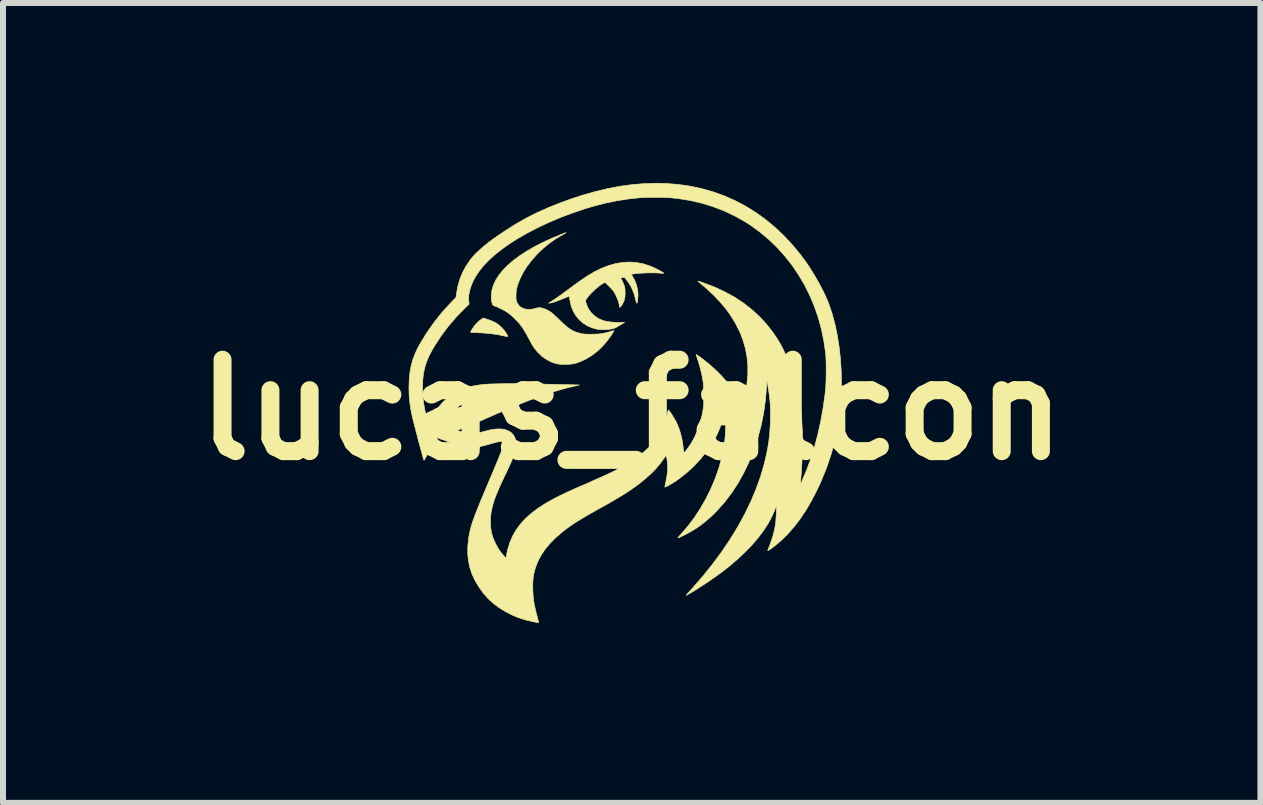
<source format=kicad_pcb>
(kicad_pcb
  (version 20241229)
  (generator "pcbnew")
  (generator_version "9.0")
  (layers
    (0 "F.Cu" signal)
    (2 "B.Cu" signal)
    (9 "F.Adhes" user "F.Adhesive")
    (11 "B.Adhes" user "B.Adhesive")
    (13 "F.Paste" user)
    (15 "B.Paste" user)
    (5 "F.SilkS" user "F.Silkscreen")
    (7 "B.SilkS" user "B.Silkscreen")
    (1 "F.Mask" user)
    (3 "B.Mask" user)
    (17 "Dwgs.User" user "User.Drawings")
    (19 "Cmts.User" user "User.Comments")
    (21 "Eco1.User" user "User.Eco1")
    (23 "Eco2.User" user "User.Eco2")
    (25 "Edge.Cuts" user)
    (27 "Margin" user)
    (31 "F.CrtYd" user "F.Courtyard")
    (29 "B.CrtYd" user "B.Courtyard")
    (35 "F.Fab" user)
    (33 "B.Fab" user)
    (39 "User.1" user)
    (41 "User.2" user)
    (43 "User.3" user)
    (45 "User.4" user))
  (footprint "lucas_falcon"
    (layer "F.Cu")
    (at 7.482 3.782)
    (property "Reference" "lucas_falcon" (at 0 0 0) (layer "F.SilkS") (effects (font (size 1.524 1.524) (thickness 0.3))))
    (attr through_hole)
    (fp_poly (pts (xy -2.402 -1.507) (xy -2.339 -1.484) (xy -2.286 -1.46) (xy -2.24 -1.433) (xy -2.199 -1.4) (xy -2.169 -1.373) (xy -2.145 -1.346) (xy -2.121 -1.317) (xy -2.1 -1.288) (xy -2.083 -1.261) (xy -2.072 -1.239) (xy -2.068 -1.225) (xy -2.069 -1.222) (xy -2.076 -1.221) (xy -2.093 -1.223) (xy -2.106 -1.226) (xy -2.227 -1.252) (xy -2.357 -1.271) (xy -2.492 -1.282) (xy -2.528 -1.283) (xy -2.573 -1.285) (xy -2.613 -1.287) (xy -2.646 -1.289) (xy -2.671 -1.291) (xy -2.684 -1.292) (xy -2.685 -1.293) (xy -2.684 -1.301) (xy -2.676 -1.318) (xy -2.662 -1.342) (xy -2.644 -1.369) (xy -2.624 -1.398) (xy -2.613 -1.411) (xy -2.577 -1.452) (xy -2.535 -1.489) (xy -2.496 -1.516) (xy -2.473 -1.53) (xy -2.402 -1.507)) (stroke (width 0.01) (type solid)) (fill yes) (layer "F.SilkS"))
    (fp_poly (pts (xy -1.094 -2.953) (xy -1.099 -2.949) (xy -1.115 -2.94) (xy -1.138 -2.927) (xy -1.155 -2.917) (xy -1.268 -2.85) (xy -1.377 -2.773) (xy -1.479 -2.689) (xy -1.575 -2.597) (xy -1.662 -2.5) (xy -1.739 -2.4) (xy -1.805 -2.297) (xy -1.858 -2.193) (xy -1.861 -2.186) (xy -1.887 -2.124) (xy -1.906 -2.069) (xy -1.918 -2.019) (xy -1.926 -1.969) (xy -1.929 -1.917) (xy -1.929 -1.909) (xy -1.929 -1.871) (xy -1.928 -1.844) (xy -1.925 -1.823) (xy -1.921 -1.807) (xy -1.914 -1.79) (xy -1.913 -1.789) (xy -1.886 -1.744) (xy -1.849 -1.71) (xy -1.803 -1.687) (xy -1.749 -1.675) (xy -1.742 -1.674) (xy -1.705 -1.674) (xy -1.661 -1.678) (xy -1.616 -1.687) (xy -1.578 -1.698) (xy -1.545 -1.703) (xy -1.504 -1.698) (xy -1.458 -1.685) (xy -1.409 -1.664) (xy -1.359 -1.635) (xy -1.348 -1.628) (xy -1.333 -1.616) (xy -1.311 -1.597) (xy -1.282 -1.571) (xy -1.25 -1.541) (xy -1.215 -1.508) (xy -1.203 -1.496) (xy -1.149 -1.444) (xy -1.102 -1.402) (xy -1.061 -1.368) (xy -1.022 -1.341) (xy -0.985 -1.319) (xy -0.947 -1.302) (xy -0.907 -1.288) (xy -0.861 -1.275) (xy -0.837 -1.269) (xy -0.813 -1.265) (xy -0.788 -1.262) (xy -0.757 -1.261) (xy -0.718 -1.26) (xy -0.67 -1.26) (xy -0.599 -1.261) (xy -0.538 -1.265) (xy -0.483 -1.273) (xy -0.429 -1.284) (xy -0.372 -1.3) (xy -0.347 -1.307) (xy -0.323 -1.315) (xy -0.305 -1.318) (xy -0.297 -1.318) (xy -0.296 -1.318) (xy -0.3 -1.308) (xy -0.311 -1.29) (xy -0.327 -1.265) (xy -0.346 -1.236) (xy -0.368 -1.206) (xy -0.389 -1.176) (xy -0.41 -1.149) (xy -0.416 -1.14) (xy -0.494 -1.052) (xy -0.578 -0.973) (xy -0.667 -0.905) (xy -0.76 -0.848) (xy -0.856 -0.803) (xy -0.938 -0.775) (xy -0.981 -0.766) (xy -1.033 -0.76) (xy -1.09 -0.757) (xy -1.147 -0.757) (xy -1.2 -0.76) (xy -1.245 -0.766) (xy -1.257 -0.769) (xy -1.343 -0.798) (xy -1.423 -0.84) (xy -1.499 -0.893) (xy -1.567 -0.959) (xy -1.628 -1.035) (xy -1.635 -1.046) (xy -1.652 -1.071) (xy -1.672 -1.106) (xy -1.693 -1.145) (xy -1.714 -1.184) (xy -1.718 -1.192) (xy -1.741 -1.234) (xy -1.766 -1.279) (xy -1.792 -1.323) (xy -1.815 -1.359) (xy -1.816 -1.362) (xy -1.854 -1.414) (xy -1.9 -1.468) (xy -1.951 -1.521) (xy -2.002 -1.569) (xy -2.051 -1.608) (xy -2.06 -1.615) (xy -2.101 -1.642) (xy -2.148 -1.668) (xy -2.196 -1.693) (xy -2.242 -1.714) (xy -2.276 -1.726) (xy -2.304 -1.738) (xy -2.319 -1.752) (xy -2.32 -1.754) (xy -2.331 -1.786) (xy -2.338 -1.828) (xy -2.341 -1.876) (xy -2.341 -1.922) (xy -2.329 -2.004) (xy -2.303 -2.086) (xy -2.264 -2.168) (xy -2.211 -2.249) (xy -2.145 -2.33) (xy -2.066 -2.41) (xy -1.975 -2.489) (xy -1.871 -2.566) (xy -1.755 -2.642) (xy -1.627 -2.716) (xy -1.53 -2.766) (xy -1.476 -2.793) (xy -1.423 -2.818) (xy -1.37 -2.842) (xy -1.313 -2.867) (xy -1.25 -2.893) (xy -1.178 -2.923) (xy -1.127 -2.943) (xy -1.108 -2.95) (xy -1.096 -2.953) (xy -1.094 -2.953)) (stroke (width 0.01) (type solid)) (fill yes) (layer "F.SilkS"))
    (fp_poly (pts (xy 0.085 -2.454) (xy 0.199 -2.432) (xy 0.311 -2.395) (xy 0.392 -2.36) (xy 0.428 -2.341) (xy 0.463 -2.323) (xy 0.492 -2.306) (xy 0.516 -2.292) (xy 0.531 -2.282) (xy 0.535 -2.276) (xy 0.535 -2.276) (xy 0.528 -2.276) (xy 0.509 -2.276) (xy 0.481 -2.278) (xy 0.448 -2.28) (xy 0.445 -2.28) (xy 0.401 -2.283) (xy 0.35 -2.283) (xy 0.295 -2.283) (xy 0.237 -2.282) (xy 0.181 -2.279) (xy 0.127 -2.276) (xy 0.079 -2.272) (xy 0.039 -2.267) (xy 0.01 -2.262) (xy 0.005 -2.26) (xy -0.003 -2.257) (xy -0.003 -2.251) (xy 0.005 -2.238) (xy 0.007 -2.234) (xy 0.052 -2.154) (xy 0.083 -2.07) (xy 0.1 -1.982) (xy 0.104 -1.943) (xy 0.105 -1.908) (xy 0.103 -1.871) (xy 0.1 -1.837) (xy 0.096 -1.807) (xy 0.091 -1.786) (xy 0.085 -1.775) (xy 0.085 -1.775) (xy 0.082 -1.78) (xy 0.076 -1.796) (xy 0.069 -1.82) (xy 0.064 -1.84) (xy 0.041 -1.926) (xy 0.014 -2) (xy -0.018 -2.066) (xy -0.055 -2.125) (xy -0.078 -2.155) (xy -0.121 -2.209) (xy -0.15 -2.205) (xy -0.169 -2.201) (xy -0.181 -2.198) (xy -0.182 -2.198) (xy -0.18 -2.191) (xy -0.173 -2.176) (xy -0.167 -2.165) (xy -0.156 -2.143) (xy -0.143 -2.113) (xy -0.131 -2.083) (xy -0.13 -2.081) (xy -0.121 -2.056) (xy -0.115 -2.033) (xy -0.112 -2.009) (xy -0.111 -1.979) (xy -0.11 -1.947) (xy -0.112 -1.893) (xy -0.119 -1.847) (xy -0.132 -1.807) (xy -0.152 -1.767) (xy -0.166 -1.744) (xy -0.184 -1.72) (xy -0.196 -1.709) (xy -0.203 -1.711) (xy -0.205 -1.723) (xy -0.208 -1.752) (xy -0.218 -1.79) (xy -0.232 -1.833) (xy -0.251 -1.88) (xy -0.263 -1.905) (xy -0.278 -1.936) (xy -0.292 -1.961) (xy -0.307 -1.982) (xy -0.325 -2.004) (xy -0.35 -2.03) (xy -0.371 -2.052) (xy -0.444 -2.124) (xy -0.479 -2.107) (xy -0.508 -2.089) (xy -0.542 -2.064) (xy -0.579 -2.035) (xy -0.617 -2.001) (xy -0.653 -1.966) (xy -0.688 -1.931) (xy -0.718 -1.897) (xy -0.743 -1.866) (xy -0.76 -1.84) (xy -0.769 -1.821) (xy -0.769 -1.816) (xy -0.766 -1.796) (xy -0.757 -1.767) (xy -0.745 -1.735) (xy -0.73 -1.702) (xy -0.719 -1.681) (xy -0.675 -1.619) (xy -0.621 -1.566) (xy -0.559 -1.523) (xy -0.489 -1.492) (xy -0.455 -1.482) (xy -0.412 -1.473) (xy -0.361 -1.465) (xy -0.306 -1.46) (xy -0.252 -1.456) (xy -0.204 -1.455) (xy -0.173 -1.456) (xy -0.148 -1.458) (xy -0.129 -1.459) (xy -0.12 -1.459) (xy -0.12 -1.458) (xy -0.131 -1.451) (xy -0.15 -1.438) (xy -0.176 -1.423) (xy -0.204 -1.406) (xy -0.232 -1.39) (xy -0.256 -1.376) (xy -0.274 -1.367) (xy -0.279 -1.364) (xy -0.324 -1.35) (xy -0.379 -1.341) (xy -0.438 -1.335) (xy -0.499 -1.335) (xy -0.556 -1.34) (xy -0.579 -1.344) (xy -0.666 -1.368) (xy -0.746 -1.404) (xy -0.818 -1.451) (xy -0.88 -1.507) (xy -0.934 -1.573) (xy -0.977 -1.648) (xy -1.009 -1.729) (xy -1.029 -1.818) (xy -1.034 -1.849) (xy -1.039 -1.896) (xy -1.174 -1.841) (xy -1.224 -1.821) (xy -1.269 -1.805) (xy -1.306 -1.792) (xy -1.335 -1.784) (xy -1.348 -1.782) (xy -1.386 -1.777) (xy -1.362 -1.793) (xy -1.319 -1.82) (xy -1.278 -1.847) (xy -1.236 -1.876) (xy -1.19 -1.908) (xy -1.14 -1.945) (xy -1.081 -1.988) (xy -1.048 -2.012) (xy -0.96 -2.078) (xy -0.881 -2.135) (xy -0.809 -2.184) (xy -0.743 -2.228) (xy -0.682 -2.265) (xy -0.624 -2.299) (xy -0.567 -2.328) (xy -0.509 -2.356) (xy -0.505 -2.358) (xy -0.385 -2.405) (xy -0.266 -2.438) (xy -0.148 -2.458) (xy -0.031 -2.463) (xy 0.085 -2.454)) (stroke (width 0.01) (type solid)) (fill yes) (layer "F.SilkS"))
    (fp_poly (pts (xy 0.55 -3.774) (xy 0.757 -3.759) (xy 0.96 -3.731) (xy 1.158 -3.69) (xy 1.35 -3.636) (xy 1.538 -3.569) (xy 1.719 -3.489) (xy 1.895 -3.397) (xy 2.065 -3.292) (xy 2.228 -3.175) (xy 2.385 -3.045) (xy 2.535 -2.904) (xy 2.678 -2.751) (xy 2.814 -2.586) (xy 2.913 -2.452) (xy 2.969 -2.368) (xy 3.026 -2.277) (xy 3.082 -2.183) (xy 3.135 -2.087) (xy 3.184 -1.993) (xy 3.228 -1.903) (xy 3.265 -1.818) (xy 3.287 -1.764) (xy 3.342 -1.599) (xy 3.389 -1.424) (xy 3.428 -1.239) (xy 3.458 -1.047) (xy 3.48 -0.848) (xy 3.493 -0.643) (xy 3.497 -0.434) (xy 3.493 -0.247) (xy 3.489 -0.145) (xy 3.483 -0.055) (xy 3.477 0.026) (xy 3.469 0.102) (xy 3.459 0.175) (xy 3.447 0.248) (xy 3.432 0.323) (xy 3.414 0.404) (xy 3.393 0.493) (xy 3.39 0.508) (xy 3.324 0.743) (xy 3.247 0.972) (xy 3.156 1.194) (xy 3.083 1.351) (xy 2.994 1.522) (xy 2.902 1.679) (xy 2.805 1.823) (xy 2.704 1.955) (xy 2.598 2.075) (xy 2.487 2.183) (xy 2.399 2.258) (xy 2.372 2.279) (xy 2.344 2.3) (xy 2.317 2.319) (xy 2.294 2.334) (xy 2.277 2.345) (xy 2.269 2.349) (xy 2.269 2.348) (xy 2.27 2.341) (xy 2.276 2.324) (xy 2.286 2.297) (xy 2.298 2.265) (xy 2.305 2.247) (xy 2.35 2.12) (xy 2.381 1.997) (xy 2.395 1.919) (xy 2.399 1.893) (xy 2.402 1.86) (xy 2.405 1.822) (xy 2.407 1.781) (xy 2.41 1.74) (xy 2.411 1.701) (xy 2.413 1.666) (xy 2.413 1.637) (xy 2.413 1.618) (xy 2.412 1.609) (xy 2.411 1.609) (xy 2.407 1.616) (xy 2.399 1.634) (xy 2.389 1.659) (xy 2.382 1.679) (xy 2.332 1.791) (xy 2.269 1.906) (xy 2.193 2.021) (xy 2.104 2.138) (xy 2.004 2.255) (xy 1.891 2.372) (xy 1.767 2.488) (xy 1.633 2.603) (xy 1.538 2.678) (xy 1.48 2.722) (xy 1.414 2.77) (xy 1.343 2.82) (xy 1.269 2.87) (xy 1.194 2.92) (xy 1.121 2.968) (xy 1.052 3.011) (xy 0.99 3.049) (xy 0.942 3.076) (xy 0.927 3.085) (xy 0.916 3.091) (xy 0.91 3.093) (xy 0.91 3.09) (xy 0.916 3.082) (xy 0.928 3.066) (xy 0.949 3.044) (xy 0.978 3.012) (xy 1.003 2.985) (xy 1.181 2.78) (xy 1.347 2.574) (xy 1.501 2.366) (xy 1.642 2.157) (xy 1.77 1.948) (xy 1.885 1.737) (xy 1.987 1.526) (xy 2.075 1.316) (xy 2.15 1.106) (xy 2.211 0.897) (xy 2.215 0.879) (xy 2.245 0.751) (xy 2.269 0.631) (xy 2.287 0.514) (xy 2.3 0.396) (xy 2.308 0.274) (xy 2.312 0.172) (xy 2.313 0.079) (xy 2.313 -0.004) (xy 2.31 -0.08) (xy 2.304 -0.154) (xy 2.296 -0.229) (xy 2.285 -0.309) (xy 2.282 -0.328) (xy 2.273 -0.382) (xy 2.267 -0.422) (xy 2.262 -0.45) (xy 2.258 -0.465) (xy 2.255 -0.468) (xy 2.253 -0.46) (xy 2.251 -0.441) (xy 2.249 -0.412) (xy 2.248 -0.388) (xy 2.23 -0.166) (xy 2.2 0.05) (xy 2.158 0.262) (xy 2.102 0.47) (xy 2.033 0.676) (xy 2.027 0.691) (xy 1.951 0.879) (xy 1.866 1.056) (xy 1.772 1.224) (xy 1.669 1.382) (xy 1.558 1.529) (xy 1.439 1.664) (xy 1.387 1.718) (xy 1.31 1.792) (xy 1.236 1.856) (xy 1.162 1.915) (xy 1.084 1.97) (xy 1.047 1.993) (xy 1.016 2.012) (xy 0.981 2.033) (xy 0.943 2.054) (xy 0.904 2.075) (xy 0.866 2.094) (xy 0.833 2.111) (xy 0.804 2.124) (xy 0.783 2.133) (xy 0.772 2.136) (xy 0.771 2.135) (xy 0.774 2.129) (xy 0.785 2.115) (xy 0.802 2.095) (xy 0.819 2.076) (xy 0.935 1.942) (xy 1.045 1.797) (xy 1.146 1.642) (xy 1.239 1.48) (xy 1.322 1.311) (xy 1.394 1.139) (xy 1.455 0.963) (xy 1.503 0.787) (xy 1.512 0.748) (xy 1.532 0.65) (xy 1.547 0.548) (xy 1.558 0.447) (xy 1.564 0.347) (xy 1.566 0.254) (xy 1.563 0.169) (xy 1.56 0.134) (xy 1.554 0.091) (xy 1.55 0.061) (xy 1.546 0.044) (xy 1.543 0.04) (xy 1.539 0.048) (xy 1.535 0.067) (xy 1.532 0.084) (xy 1.517 0.158) (xy 1.493 0.239) (xy 1.462 0.323) (xy 1.425 0.406) (xy 1.403 0.452) (xy 1.329 0.579) (xy 1.242 0.703) (xy 1.145 0.823) (xy 1.039 0.937) (xy 0.925 1.042) (xy 0.806 1.138) (xy 0.734 1.189) (xy 0.702 1.209) (xy 0.668 1.23) (xy 0.634 1.25) (xy 0.604 1.267) (xy 0.579 1.279) (xy 0.561 1.287) (xy 0.553 1.289) (xy 0.553 1.289) (xy 0.553 1.281) (xy 0.556 1.262) (xy 0.561 1.236) (xy 0.567 1.209) (xy 0.583 1.126) (xy 0.595 1.045) (xy 0.6 0.971) (xy 0.6 0.955) (xy 0.599 0.92) (xy 0.595 0.881) (xy 0.591 0.842) (xy 0.585 0.808) (xy 0.58 0.783) (xy 0.578 0.778) (xy 0.574 0.771) (xy 0.57 0.769) (xy 0.564 0.773) (xy 0.554 0.786) (xy 0.538 0.809) (xy 0.528 0.823) (xy 0.467 0.906) (xy 0.399 0.986) (xy 0.322 1.064) (xy 0.24 1.138) (xy 0.184 1.185) (xy 0.127 1.231) (xy 0.066 1.276) (xy 0.002 1.321) (xy -0.067 1.368) (xy -0.142 1.416) (xy -0.225 1.466) (xy -0.317 1.52) (xy -0.419 1.579) (xy -0.533 1.642) (xy -0.537 1.644) (xy -0.634 1.699) (xy -0.721 1.748) (xy -0.797 1.793) (xy -0.866 1.834) (xy -0.927 1.872) (xy -0.983 1.909) (xy -1.036 1.945) (xy -1.085 1.981) (xy -1.134 2.019) (xy -1.161 2.04) (xy -1.268 2.132) (xy -1.361 2.226) (xy -1.441 2.321) (xy -1.507 2.419) (xy -1.561 2.519) (xy -1.602 2.622) (xy -1.604 2.629) (xy -1.622 2.691) (xy -1.635 2.75) (xy -1.644 2.811) (xy -1.649 2.875) (xy -1.65 2.948) (xy -1.649 2.995) (xy -1.646 3.067) (xy -1.641 3.133) (xy -1.633 3.196) (xy -1.622 3.26) (xy -1.606 3.33) (xy -1.587 3.408) (xy -1.574 3.455) (xy -1.565 3.49) (xy -1.559 3.515) (xy -1.555 3.532) (xy -1.553 3.542) (xy -1.553 3.547) (xy -1.555 3.548) (xy -1.557 3.548) (xy -1.566 3.547) (xy -1.586 3.544) (xy -1.613 3.539) (xy -1.633 3.535) (xy -1.758 3.507) (xy -1.88 3.469) (xy -1.998 3.42) (xy -2.11 3.362) (xy -2.215 3.297) (xy -2.312 3.224) (xy -2.398 3.144) (xy -2.472 3.059) (xy -2.473 3.059) (xy -2.55 2.951) (xy -2.613 2.844) (xy -2.663 2.737) (xy -2.699 2.628) (xy -2.723 2.516) (xy -2.734 2.4) (xy -2.733 2.279) (xy -2.72 2.153) (xy -2.719 2.141) (xy -2.713 2.104) (xy -2.707 2.068) (xy -2.699 2.033) (xy -2.691 1.996) (xy -2.681 1.958) (xy -2.669 1.918) (xy -2.655 1.874) (xy -2.638 1.827) (xy -2.619 1.773) (xy -2.596 1.714) (xy -2.57 1.648) (xy -2.54 1.574) (xy -2.506 1.491) (xy -2.468 1.399) (xy -2.424 1.296) (xy -2.376 1.181) (xy -2.346 1.111) (xy -2.306 1.018) (xy -2.272 0.936) (xy -2.243 0.866) (xy -2.218 0.806) (xy -2.198 0.756) (xy -2.181 0.713) (xy -2.169 0.678) (xy -2.159 0.649) (xy -2.153 0.626) (xy -2.149 0.607) (xy -2.147 0.591) (xy -2.148 0.578) (xy -2.15 0.567) (xy -2.154 0.557) (xy -2.155 0.555) (xy -2.166 0.527) (xy -2.207 0.531) (xy -2.231 0.535) (xy -2.264 0.543) (xy -2.3 0.552) (xy -2.329 0.56) (xy -2.405 0.582) (xy -2.47 0.6) (xy -2.526 0.612) (xy -2.576 0.621) (xy -2.621 0.626) (xy -2.665 0.627) (xy -2.707 0.625) (xy -2.739 0.622) (xy -2.771 0.617) (xy -2.806 0.61) (xy -2.845 0.601) (xy -2.891 0.588) (xy -2.943 0.571) (xy -3.006 0.55) (xy -3.079 0.525) (xy -3.083 0.523) (xy -3.263 0.46) (xy -3.361 0.654) (xy -3.385 0.702) (xy -3.408 0.745) (xy -3.427 0.782) (xy -3.444 0.811) (xy -3.456 0.832) (xy -3.462 0.842) (xy -3.464 0.842) (xy -3.467 0.834) (xy -3.474 0.813) (xy -3.483 0.781) (xy -3.494 0.741) (xy -3.507 0.692) (xy -3.522 0.638) (xy -3.538 0.579) (xy -3.555 0.517) (xy -3.571 0.453) (xy -3.588 0.389) (xy -3.604 0.326) (xy -3.62 0.267) (xy -3.629 0.229) (xy -3.143 0.229) (xy -3.111 0.204) (xy -3.097 0.193) (xy -3.073 0.174) (xy -3.043 0.149) (xy -3.007 0.121) (xy -2.968 0.09) (xy -2.942 0.07) (xy -2.899 0.036) (xy -2.855 0.001) (xy -2.812 -0.033) (xy -2.774 -0.063) (xy -2.743 -0.087) (xy -2.732 -0.096) (xy -2.706 -0.117) (xy -2.685 -0.134) (xy -2.671 -0.147) (xy -2.666 -0.154) (xy -2.667 -0.154) (xy -2.678 -0.153) (xy -2.7 -0.147) (xy -2.728 -0.137) (xy -2.76 -0.125) (xy -2.793 -0.111) (xy -2.824 -0.096) (xy -2.848 -0.084) (xy -2.898 -0.05) (xy -2.951 -0.006) (xy -3.005 0.047) (xy -3.056 0.106) (xy -3.104 0.168) (xy -3.13 0.208) (xy -3.143 0.229) (xy -3.629 0.229) (xy -3.634 0.211) (xy -3.646 0.162) (xy -3.656 0.12) (xy -3.664 0.087) (xy -3.668 0.067) (xy -3.685 -0.019) (xy -3.697 -0.097) (xy -3.705 -0.17) (xy -3.711 -0.243) (xy -3.713 -0.322) (xy -3.714 -0.37) (xy -3.713 -0.381) (xy -3.487 -0.381) (xy -3.486 -0.288) (xy -3.48 -0.2) (xy -3.469 -0.111) (xy -3.454 -0.02) (xy -3.433 0.079) (xy -3.424 0.115) (xy -3.399 0.219) (xy -3.373 0.175) (xy -3.304 0.066) (xy -3.23 -0.034) (xy -3.152 -0.122) (xy -3.071 -0.198) (xy -2.987 -0.262) (xy -2.902 -0.313) (xy -2.896 -0.316) (xy -2.831 -0.345) (xy -2.758 -0.37) (xy -2.675 -0.391) (xy -2.582 -0.408) (xy -2.498 -0.42) (xy -2.461 -0.424) (xy -2.411 -0.427) (xy -2.35 -0.43) (xy -2.281 -0.432) (xy -2.203 -0.434) (xy -2.12 -0.435) (xy -2.032 -0.436) (xy -1.942 -0.436) (xy -1.85 -0.436) (xy -1.759 -0.435) (xy -1.669 -0.434) (xy -1.584 -0.431) (xy -1.584 -0.431) (xy -1.511 -0.429) (xy -1.431 -0.427) (xy -1.348 -0.425) (xy -1.266 -0.423) (xy -1.188 -0.421) (xy -1.119 -0.419) (xy -1.097 -0.419) (xy -0.872 -0.414) (xy -0.97 -0.391) (xy -1.074 -0.366) (xy -1.179 -0.337) (xy -1.287 -0.306) (xy -1.399 -0.27) (xy -1.515 -0.23) (xy -1.638 -0.185) (xy -1.767 -0.135) (xy -1.905 -0.08) (xy -2.052 -0.019) (xy -2.208 0.048) (xy -2.353 0.111) (xy -2.44 0.149) (xy -2.515 0.182) (xy -2.579 0.211) (xy -2.635 0.235) (xy -2.683 0.255) (xy -2.725 0.272) (xy -2.762 0.287) (xy -2.795 0.3) (xy -2.825 0.311) (xy -2.834 0.315) (xy -2.863 0.325) (xy -2.887 0.334) (xy -2.902 0.34) (xy -2.906 0.342) (xy -2.901 0.346) (xy -2.886 0.352) (xy -2.862 0.359) (xy -2.833 0.368) (xy -2.802 0.376) (xy -2.771 0.384) (xy -2.742 0.391) (xy -2.72 0.395) (xy -2.72 0.395) (xy -2.683 0.399) (xy -2.645 0.399) (xy -2.604 0.395) (xy -2.556 0.385) (xy -2.505 0.373) (xy -2.466 0.362) (xy -2.426 0.352) (xy -2.39 0.343) (xy -2.371 0.337) (xy -2.319 0.327) (xy -2.262 0.321) (xy -2.206 0.319) (xy -2.154 0.322) (xy -2.12 0.328) (xy -2.062 0.348) (xy -2.013 0.377) (xy -1.975 0.416) (xy -1.948 0.463) (xy -1.932 0.517) (xy -1.928 0.579) (xy -1.933 0.627) (xy -1.938 0.659) (xy -1.945 0.691) (xy -1.955 0.725) (xy -1.967 0.761) (xy -1.982 0.801) (xy -2 0.847) (xy -2.023 0.9) (xy -2.051 0.961) (xy -2.084 1.032) (xy -2.123 1.114) (xy -2.125 1.118) (xy -2.171 1.215) (xy -2.21 1.301) (xy -2.243 1.378) (xy -2.271 1.448) (xy -2.294 1.512) (xy -2.312 1.572) (xy -2.327 1.629) (xy -2.339 1.686) (xy -2.346 1.725) (xy -2.354 1.801) (xy -2.356 1.881) (xy -2.351 1.96) (xy -2.341 2.035) (xy -2.333 2.07) (xy -2.315 2.125) (xy -2.291 2.185) (xy -2.262 2.246) (xy -2.231 2.303) (xy -2.203 2.346) (xy -2.18 2.377) (xy -2.157 2.406) (xy -2.135 2.431) (xy -2.117 2.451) (xy -2.103 2.463) (xy -2.096 2.466) (xy -2.092 2.458) (xy -2.088 2.44) (xy -2.086 2.421) (xy -2.082 2.395) (xy -2.075 2.361) (xy -2.067 2.326) (xy -2.063 2.313) (xy -2.029 2.204) (xy -1.984 2.102) (xy -1.929 2.006) (xy -1.863 1.915) (xy -1.786 1.828) (xy -1.696 1.745) (xy -1.593 1.664) (xy -1.517 1.612) (xy -1.46 1.576) (xy -1.402 1.541) (xy -1.34 1.506) (xy -1.273 1.47) (xy -1.2 1.433) (xy -1.12 1.395) (xy -1.03 1.353) (xy -0.93 1.308) (xy -0.843 1.27) (xy -0.732 1.222) (xy -0.634 1.178) (xy -0.546 1.139) (xy -0.467 1.104) (xy -0.397 1.072) (xy -0.335 1.042) (xy -0.279 1.015) (xy -0.227 0.988) (xy -0.18 0.963) (xy -0.136 0.938) (xy -0.094 0.913) (xy -0.052 0.888) (xy -0.01 0.861) (xy 0.018 0.843) (xy 0.131 0.762) (xy 0.232 0.678) (xy 0.32 0.591) (xy 0.396 0.499) (xy 0.46 0.403) (xy 0.508 0.314) (xy 0.529 0.267) (xy 0.55 0.212) (xy 0.569 0.154) (xy 0.586 0.099) (xy 0.598 0.05) (xy 0.6 0.04) (xy 0.605 0.02) (xy 0.61 0.006) (xy 0.614 0.004) (xy 0.623 0.013) (xy 0.636 0.031) (xy 0.654 0.057) (xy 0.674 0.088) (xy 0.695 0.122) (xy 0.715 0.155) (xy 0.732 0.185) (xy 0.746 0.211) (xy 0.748 0.216) (xy 0.785 0.303) (xy 0.816 0.399) (xy 0.839 0.498) (xy 0.855 0.596) (xy 0.858 0.633) (xy 0.861 0.672) (xy 0.865 0.696) (xy 0.87 0.708) (xy 0.877 0.709) (xy 0.89 0.698) (xy 0.907 0.677) (xy 0.916 0.666) (xy 0.985 0.568) (xy 1.046 0.461) (xy 1.098 0.343) (xy 1.141 0.217) (xy 1.174 0.084) (xy 1.193 -0.025) (xy 1.198 -0.069) (xy 1.201 -0.124) (xy 1.203 -0.186) (xy 1.203 -0.251) (xy 1.201 -0.317) (xy 1.198 -0.38) (xy 1.194 -0.435) (xy 1.19 -0.469) (xy 1.174 -0.563) (xy 1.151 -0.662) (xy 1.125 -0.76) (xy 1.101 -0.835) (xy 1.09 -0.867) (xy 1.081 -0.894) (xy 1.076 -0.913) (xy 1.074 -0.921) (xy 1.074 -0.921) (xy 1.081 -0.919) (xy 1.097 -0.909) (xy 1.121 -0.892) (xy 1.15 -0.871) (xy 1.184 -0.846) (xy 1.219 -0.818) (xy 1.255 -0.789) (xy 1.284 -0.766) (xy 1.333 -0.723) (xy 1.386 -0.675) (xy 1.44 -0.623) (xy 1.492 -0.57) (xy 1.539 -0.519) (xy 1.58 -0.473) (xy 1.594 -0.455) (xy 1.656 -0.372) (xy 1.713 -0.284) (xy 1.764 -0.193) (xy 1.807 -0.105) (xy 1.818 -0.078) (xy 1.822 -0.071) (xy 1.825 -0.071) (xy 1.83 -0.079) (xy 1.837 -0.098) (xy 1.847 -0.127) (xy 1.891 -0.279) (xy 1.92 -0.43) (xy 1.935 -0.579) (xy 1.936 -0.727) (xy 1.923 -0.873) (xy 1.897 -1.017) (xy 1.856 -1.159) (xy 1.802 -1.299) (xy 1.733 -1.436) (xy 1.654 -1.566) (xy 1.573 -1.679) (xy 1.479 -1.791) (xy 1.374 -1.903) (xy 1.259 -2.011) (xy 1.141 -2.112) (xy 1.122 -2.128) (xy 1.11 -2.139) (xy 1.106 -2.145) (xy 1.107 -2.145) (xy 1.116 -2.143) (xy 1.135 -2.137) (xy 1.163 -2.128) (xy 1.196 -2.116) (xy 1.208 -2.112) (xy 1.387 -2.044) (xy 1.555 -1.965) (xy 1.714 -1.878) (xy 1.861 -1.781) (xy 1.999 -1.674) (xy 2.127 -1.557) (xy 2.244 -1.431) (xy 2.351 -1.295) (xy 2.431 -1.177) (xy 2.459 -1.131) (xy 2.489 -1.076) (xy 2.522 -1.013) (xy 2.554 -0.947) (xy 2.585 -0.881) (xy 2.614 -0.818) (xy 2.637 -0.761) (xy 2.646 -0.738) (xy 2.702 -0.57) (xy 2.749 -0.392) (xy 2.787 -0.204) (xy 2.816 -0.008) (xy 2.836 0.195) (xy 2.847 0.405) (xy 2.848 0.62) (xy 2.844 0.742) (xy 2.841 0.816) (xy 2.837 0.892) (xy 2.833 0.966) (xy 2.828 1.037) (xy 2.823 1.102) (xy 2.818 1.159) (xy 2.814 1.205) (xy 2.812 1.221) (xy 2.81 1.233) (xy 2.811 1.238) (xy 2.815 1.234) (xy 2.823 1.219) (xy 2.835 1.193) (xy 2.84 1.182) (xy 2.916 1.005) (xy 2.985 0.816) (xy 3.048 0.617) (xy 3.103 0.408) (xy 3.151 0.192) (xy 3.191 -0.031) (xy 3.223 -0.26) (xy 3.229 -0.318) (xy 3.234 -0.366) (xy 3.237 -0.426) (xy 3.24 -0.494) (xy 3.241 -0.566) (xy 3.242 -0.641) (xy 3.242 -0.715) (xy 3.241 -0.785) (xy 3.239 -0.85) (xy 3.235 -0.905) (xy 3.233 -0.938) (xy 3.204 -1.142) (xy 3.163 -1.342) (xy 3.11 -1.536) (xy 3.045 -1.724) (xy 2.968 -1.907) (xy 2.88 -2.083) (xy 2.781 -2.251) (xy 2.672 -2.412) (xy 2.552 -2.564) (xy 2.423 -2.707) (xy 2.284 -2.841) (xy 2.135 -2.965) (xy 1.978 -3.079) (xy 1.887 -3.137) (xy 1.718 -3.232) (xy 1.543 -3.315) (xy 1.361 -3.385) (xy 1.174 -3.443) (xy 0.981 -3.488) (xy 0.783 -3.52) (xy 0.649 -3.535) (xy 0.604 -3.538) (xy 0.548 -3.54) (xy 0.485 -3.541) (xy 0.416 -3.542) (xy 0.347 -3.542) (xy 0.279 -3.541) (xy 0.217 -3.54) (xy 0.163 -3.537) (xy 0.127 -3.535) (xy -0.061 -3.514) (xy -0.248 -3.485) (xy -0.437 -3.446) (xy -0.63 -3.396) (xy -0.77 -3.355) (xy -0.978 -3.285) (xy -1.182 -3.209) (xy -1.38 -3.125) (xy -1.571 -3.035) (xy -1.753 -2.94) (xy -1.924 -2.841) (xy -2.036 -2.769) (xy -2.165 -2.678) (xy -2.281 -2.586) (xy -2.383 -2.493) (xy -2.472 -2.4) (xy -2.548 -2.305) (xy -2.606 -2.216) (xy -2.647 -2.139) (xy -2.679 -2.061) (xy -2.702 -1.985) (xy -2.716 -1.912) (xy -2.72 -1.844) (xy -2.716 -1.806) (xy -2.71 -1.763) (xy -2.799 -1.677) (xy -2.932 -1.539) (xy -3.059 -1.391) (xy -3.176 -1.234) (xy -3.284 -1.07) (xy -3.332 -0.987) (xy -3.382 -0.892) (xy -3.421 -0.799) (xy -3.45 -0.706) (xy -3.471 -0.609) (xy -3.483 -0.505) (xy -3.487 -0.393) (xy -3.487 -0.381) (xy -3.713 -0.381) (xy -3.71 -0.498) (xy -3.699 -0.616) (xy -3.679 -0.726) (xy -3.651 -0.831) (xy -3.613 -0.933) (xy -3.566 -1.035) (xy -3.536 -1.089) (xy -3.424 -1.273) (xy -3.3 -1.451) (xy -3.166 -1.62) (xy -3.022 -1.778) (xy -3.012 -1.789) (xy -2.93 -1.873) (xy -2.921 -1.937) (xy -2.899 -2.063) (xy -2.864 -2.181) (xy -2.818 -2.294) (xy -2.759 -2.401) (xy -2.687 -2.506) (xy -2.674 -2.522) (xy -2.632 -2.571) (xy -2.58 -2.624) (xy -2.519 -2.68) (xy -2.452 -2.738) (xy -2.379 -2.796) (xy -2.304 -2.852) (xy -2.3 -2.855) (xy -2.266 -2.879) (xy -2.222 -2.909) (xy -2.172 -2.942) (xy -2.119 -2.978) (xy -2.064 -3.013) (xy -2.012 -3.046) (xy -1.965 -3.076) (xy -1.926 -3.1) (xy -1.923 -3.102) (xy -1.761 -3.194) (xy -1.588 -3.282) (xy -1.403 -3.365) (xy -1.208 -3.444) (xy -1.006 -3.517) (xy -0.823 -3.577) (xy -0.605 -3.639) (xy -0.394 -3.689) (xy -0.188 -3.728) (xy 0.014 -3.755) (xy 0.214 -3.771) (xy 0.413 -3.777) (xy 0.55 -3.774)) (stroke (width 0.01) (type solid)) (fill yes) (layer "F.SilkS")))
  (gr_rect
    (start -3 -3)
    (end 17.964 10.335)
    (stroke (width 0.1) (type default))
    (fill no)
    (layer "Edge.Cuts")))
</source>
